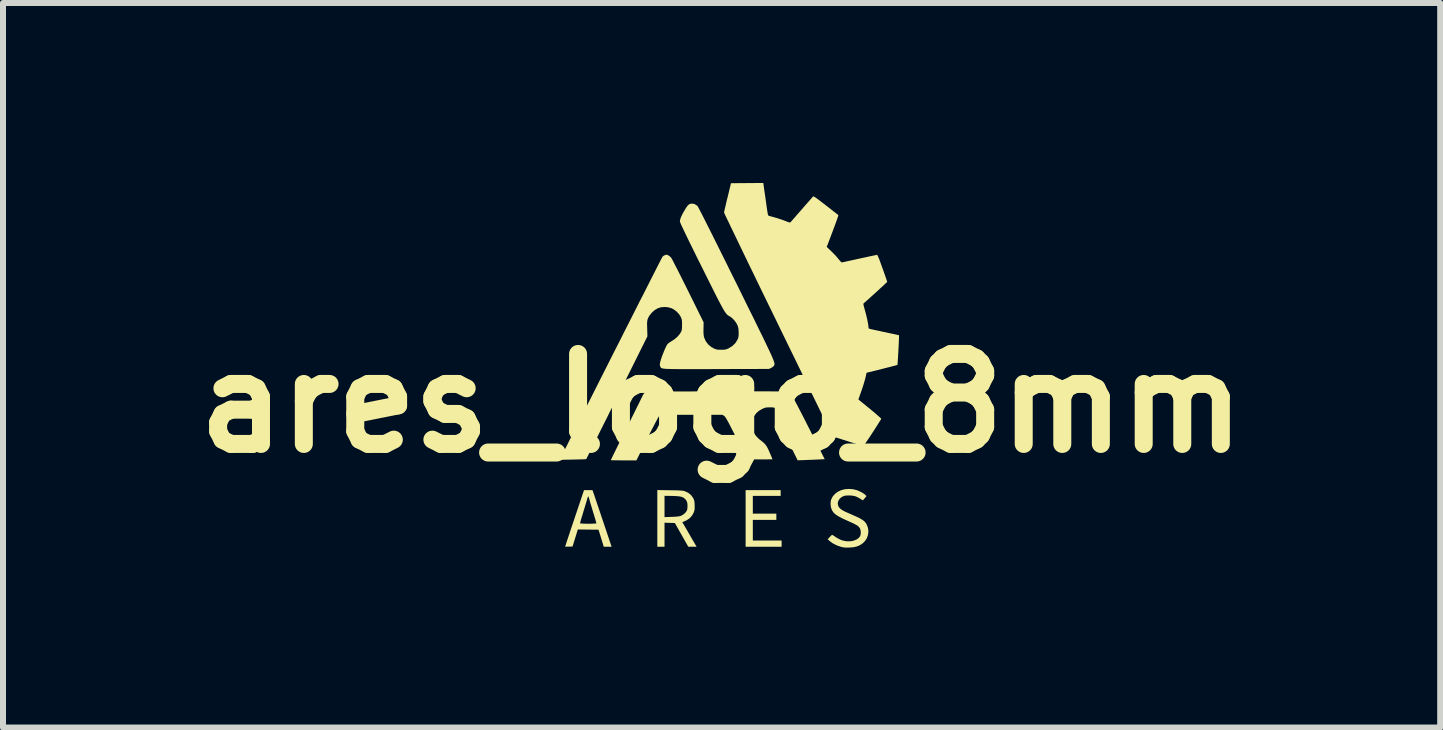
<source format=kicad_pcb>
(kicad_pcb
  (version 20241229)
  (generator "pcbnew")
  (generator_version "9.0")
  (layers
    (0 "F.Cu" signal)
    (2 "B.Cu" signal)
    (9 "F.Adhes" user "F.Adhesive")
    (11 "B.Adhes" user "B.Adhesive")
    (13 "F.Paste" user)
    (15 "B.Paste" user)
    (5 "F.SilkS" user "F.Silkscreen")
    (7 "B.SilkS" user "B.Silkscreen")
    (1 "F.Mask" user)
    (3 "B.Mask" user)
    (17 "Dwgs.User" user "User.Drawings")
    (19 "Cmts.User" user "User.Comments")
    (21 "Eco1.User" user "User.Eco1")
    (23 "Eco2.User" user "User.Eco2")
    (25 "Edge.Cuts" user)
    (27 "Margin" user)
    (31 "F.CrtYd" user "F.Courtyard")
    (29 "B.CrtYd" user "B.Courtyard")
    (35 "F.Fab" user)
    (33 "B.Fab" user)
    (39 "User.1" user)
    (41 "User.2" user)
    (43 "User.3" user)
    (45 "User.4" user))
  (footprint "ares_logo_8mm"
    (layer "F.Cu")
    (at 8.979 3.672)
    (property "Reference" "ares_logo_8mm" (at 0 0 0) (layer "F.SilkS") (effects (font (size 1.5 1.5) (thickness 0.3))))
    (attr board_only exclude_from_pos_files exclude_from_bom)
    (fp_poly (pts (xy 0.984 1.496) (xy 0.984 1.544) (xy 0.752 1.544) (xy 0.52 1.544) (xy 0.52 1.692) (xy 0.52 1.84) (xy 0.716 1.84) (xy 0.912 1.84) (xy 0.912 1.892) (xy 0.912 1.944) (xy 0.716 1.944) (xy 0.52 1.944) (xy 0.52 2.116) (xy 0.52 2.288) (xy 0.76 2.288) (xy 1 2.288) (xy 1 2.34) (xy 1 2.392) (xy 0.7 2.392) (xy 0.4 2.392) (xy 0.4 1.92) (xy 0.4 1.448) (xy 0.692 1.448) (xy 0.984 1.448)) (stroke (width 0) (type solid)) (fill yes) (layer "F.SilkS"))
    (fp_poly (pts (xy -0.862 1.45) (xy -0.796 1.451) (xy -0.743 1.452) (xy -0.703 1.454) (xy -0.672 1.456) (xy -0.648 1.458) (xy -0.63 1.462) (xy -0.614 1.466) (xy -0.612 1.467) (xy -0.555 1.494) (xy -0.509 1.532) (xy -0.476 1.577) (xy -0.465 1.6) (xy -0.457 1.622) (xy -0.453 1.647) (xy -0.45 1.682) (xy -0.45 1.696) (xy -0.449 1.736) (xy -0.45 1.765) (xy -0.455 1.79) (xy -0.463 1.817) (xy -0.464 1.82) (xy -0.493 1.872) (xy -0.533 1.917) (xy -0.585 1.951) (xy -0.606 1.961) (xy -0.656 1.981) (xy -0.592 2.09) (xy -0.564 2.139) (xy -0.533 2.192) (xy -0.503 2.245) (xy -0.476 2.29) (xy -0.473 2.296) (xy -0.417 2.392) (xy -0.486 2.392) (xy -0.556 2.391) (xy -0.668 2.194) (xy -0.78 1.996) (xy -0.866 1.994) (xy -0.952 1.991) (xy -0.952 2.192) (xy -0.952 2.392) (xy -1.012 2.392) (xy -1.072 2.392) (xy -1.072 1.92) (xy -1.072 1.543) (xy -0.952 1.543) (xy -0.952 1.72) (xy -0.952 1.898) (xy -0.834 1.894) (xy -0.773 1.891) (xy -0.726 1.887) (xy -0.693 1.881) (xy -0.679 1.877) (xy -0.642 1.857) (xy -0.609 1.829) (xy -0.584 1.797) (xy -0.575 1.778) (xy -0.571 1.755) (xy -0.569 1.724) (xy -0.569 1.696) (xy -0.572 1.663) (xy -0.579 1.64) (xy -0.59 1.619) (xy -0.595 1.612) (xy -0.614 1.591) (xy -0.635 1.574) (xy -0.66 1.563) (xy -0.693 1.554) (xy -0.735 1.549) (xy -0.79 1.546) (xy -0.822 1.545) (xy -0.952 1.543) (xy -1.072 1.543) (xy -1.072 1.447)) (stroke (width 0) (type solid)) (fill yes) (layer "F.SilkS"))
    (fp_poly (pts (xy -2.141 1.482) (xy -2.136 1.496) (xy -2.126 1.523) (xy -2.113 1.563) (xy -2.096 1.613) (xy -2.076 1.673) (xy -2.053 1.74) (xy -2.028 1.814) (xy -2.002 1.893) (xy -1.981 1.954) (xy -1.834 2.392) (xy -1.899 2.392) (xy -1.965 2.392) (xy -2.008 2.25) (xy -2.052 2.108) (xy -2.224 2.106) (xy -2.397 2.104) (xy -2.441 2.246) (xy -2.485 2.388) (xy -2.547 2.39) (xy -2.576 2.391) (xy -2.597 2.39) (xy -2.608 2.388) (xy -2.608 2.388) (xy -2.606 2.38) (xy -2.598 2.358) (xy -2.587 2.323) (xy -2.572 2.277) (xy -2.553 2.221) (xy -2.532 2.157) (xy -2.508 2.085) (xy -2.482 2.008) (xy -2.479 1.999) (xy -2.36 1.999) (xy -2.354 2.003) (xy -2.334 2.005) (xy -2.3 2.007) (xy -2.252 2.008) (xy -2.224 2.008) (xy -2.168 2.008) (xy -2.127 2.006) (xy -2.101 2.004) (xy -2.089 2.001) (xy -2.088 1.999) (xy -2.09 1.989) (xy -2.097 1.966) (xy -2.106 1.933) (xy -2.119 1.891) (xy -2.134 1.842) (xy -2.144 1.809) (xy -2.16 1.756) (xy -2.175 1.705) (xy -2.189 1.66) (xy -2.199 1.623) (xy -2.206 1.598) (xy -2.209 1.59) (xy -2.215 1.568) (xy -2.221 1.554) (xy -2.224 1.552) (xy -2.229 1.559) (xy -2.236 1.578) (xy -2.243 1.602) (xy -2.249 1.625) (xy -2.26 1.66) (xy -2.273 1.704) (xy -2.288 1.754) (xy -2.304 1.806) (xy -2.308 1.821) (xy -2.323 1.871) (xy -2.337 1.915) (xy -2.348 1.953) (xy -2.355 1.981) (xy -2.36 1.997) (xy -2.36 1.999) (xy -2.479 1.999) (xy -2.454 1.925) (xy -2.451 1.916) (xy -2.294 1.448) (xy -2.224 1.448) (xy -2.153 1.448)) (stroke (width 0) (type solid)) (fill yes) (layer "F.SilkS"))
    (fp_poly (pts (xy 2.19 1.433) (xy 2.258 1.45) (xy 2.311 1.473) (xy 2.343 1.49) (xy 2.371 1.508) (xy 2.391 1.523) (xy 2.393 1.526) (xy 2.415 1.548) (xy 2.385 1.583) (xy 2.355 1.619) (xy 2.306 1.589) (xy 2.275 1.571) (xy 2.243 1.556) (xy 2.22 1.548) (xy 2.185 1.541) (xy 2.143 1.537) (xy 2.1 1.537) (xy 2.062 1.54) (xy 2.039 1.545) (xy 1.997 1.566) (xy 1.966 1.594) (xy 1.945 1.628) (xy 1.936 1.665) (xy 1.941 1.703) (xy 1.951 1.725) (xy 1.966 1.745) (xy 1.986 1.764) (xy 2.014 1.783) (xy 2.051 1.803) (xy 2.101 1.826) (xy 2.125 1.836) (xy 2.194 1.867) (xy 2.251 1.892) (xy 2.296 1.914) (xy 2.331 1.934) (xy 2.359 1.952) (xy 2.38 1.97) (xy 2.397 1.988) (xy 2.411 2.009) (xy 2.419 2.023) (xy 2.44 2.078) (xy 2.447 2.136) (xy 2.44 2.194) (xy 2.421 2.249) (xy 2.389 2.298) (xy 2.346 2.339) (xy 2.331 2.35) (xy 2.288 2.374) (xy 2.244 2.39) (xy 2.195 2.4) (xy 2.135 2.405) (xy 2.128 2.405) (xy 2.08 2.406) (xy 2.043 2.404) (xy 2.008 2.398) (xy 1.986 2.392) (xy 1.915 2.367) (xy 1.85 2.333) (xy 1.802 2.298) (xy 1.768 2.268) (xy 1.804 2.228) (xy 1.825 2.206) (xy 1.839 2.195) (xy 1.849 2.195) (xy 1.85 2.196) (xy 1.906 2.234) (xy 1.955 2.262) (xy 1.999 2.282) (xy 2.043 2.294) (xy 2.09 2.301) (xy 2.091 2.301) (xy 2.145 2.301) (xy 2.196 2.292) (xy 2.243 2.274) (xy 2.28 2.25) (xy 2.306 2.22) (xy 2.308 2.216) (xy 2.318 2.183) (xy 2.32 2.144) (xy 2.314 2.107) (xy 2.302 2.079) (xy 2.291 2.065) (xy 2.279 2.053) (xy 2.264 2.04) (xy 2.242 2.027) (xy 2.214 2.012) (xy 2.175 1.993) (xy 2.125 1.971) (xy 2.084 1.952) (xy 2.018 1.922) (xy 1.965 1.895) (xy 1.924 1.87) (xy 1.891 1.847) (xy 1.867 1.823) (xy 1.848 1.797) (xy 1.835 1.772) (xy 1.821 1.729) (xy 1.816 1.68) (xy 1.819 1.632) (xy 1.825 1.607) (xy 1.851 1.555) (xy 1.889 1.511) (xy 1.937 1.475) (xy 1.993 1.449) (xy 2.055 1.433) (xy 2.121 1.428)) (stroke (width 0) (type solid)) (fill yes) (layer "F.SilkS"))
    (fp_poly (pts (xy 0.622 -0.199) (xy 0.7 -0.199) (xy 0.769 -0.199) (xy 0.828 -0.198) (xy 0.878 -0.198) (xy 0.92 -0.197) (xy 0.955 -0.197) (xy 0.984 -0.196) (xy 1.008 -0.195) (xy 1.026 -0.194) (xy 1.041 -0.192) (xy 1.053 -0.191) (xy 1.063 -0.189) (xy 1.071 -0.187) (xy 1.078 -0.185) (xy 1.08 -0.184) (xy 1.111 -0.173) (xy 1.14 -0.158) (xy 1.158 -0.146) (xy 1.165 -0.138) (xy 1.176 -0.12) (xy 1.192 -0.094) (xy 1.212 -0.059) (xy 1.236 -0.013) (xy 1.266 0.044) (xy 1.302 0.113) (xy 1.344 0.194) (xy 1.392 0.288) (xy 1.446 0.395) (xy 1.451 0.404) (xy 1.718 0.932) (xy 1.617 0.937) (xy 1.57 0.939) (xy 1.514 0.942) (xy 1.454 0.944) (xy 1.399 0.946) (xy 1.391 0.947) (xy 1.267 0.951) (xy 1.178 0.77) (xy 1.146 0.705) (xy 1.121 0.652) (xy 1.102 0.61) (xy 1.089 0.575) (xy 1.081 0.547) (xy 1.077 0.523) (xy 1.077 0.501) (xy 1.08 0.479) (xy 1.085 0.458) (xy 1.094 0.394) (xy 1.092 0.33) (xy 1.079 0.269) (xy 1.069 0.244) (xy 1.041 0.197) (xy 1.001 0.151) (xy 0.956 0.112) (xy 0.922 0.091) (xy 0.897 0.08) (xy 0.875 0.073) (xy 0.851 0.069) (xy 0.818 0.068) (xy 0.804 0.068) (xy 0.767 0.069) (xy 0.74 0.071) (xy 0.716 0.077) (xy 0.691 0.088) (xy 0.68 0.093) (xy 0.623 0.125) (xy 0.58 0.163) (xy 0.546 0.208) (xy 0.535 0.228) (xy 0.512 0.292) (xy 0.504 0.357) (xy 0.511 0.421) (xy 0.533 0.483) (xy 0.569 0.54) (xy 0.618 0.592) (xy 0.642 0.611) (xy 0.679 0.64) (xy 0.708 0.665) (xy 0.731 0.69) (xy 0.751 0.718) (xy 0.77 0.753) (xy 0.791 0.798) (xy 0.8 0.82) (xy 0.817 0.858) (xy 0.831 0.892) (xy 0.841 0.917) (xy 0.847 0.931) (xy 0.848 0.933) (xy 0.84 0.934) (xy 0.819 0.935) (xy 0.785 0.935) (xy 0.742 0.936) (xy 0.692 0.936) (xy 0.64 0.936) (xy 0.432 0.936) (xy 0.395 0.866) (xy 0.383 0.843) (xy 0.365 0.808) (xy 0.342 0.762) (xy 0.314 0.709) (xy 0.283 0.65) (xy 0.251 0.586) (xy 0.217 0.521) (xy 0.213 0.512) (xy 0.175 0.439) (xy 0.144 0.378) (xy 0.119 0.33) (xy 0.098 0.292) (xy 0.081 0.262) (xy 0.068 0.241) (xy 0.057 0.226) (xy 0.048 0.216) (xy 0.041 0.21) (xy 0.014 0.192) (xy -0.504 0.192) (xy -1.022 0.192) (xy -1.045 0.219) (xy -1.053 0.231) (xy -1.068 0.256) (xy -1.087 0.293) (xy -1.112 0.339) (xy -1.14 0.394) (xy -1.172 0.455) (xy -1.206 0.522) (xy -1.241 0.593) (xy -1.244 0.599) (xy -1.42 0.952) (xy -1.634 0.952) (xy -1.691 0.952) (xy -1.742 0.951) (xy -1.785 0.951) (xy -1.818 0.95) (xy -1.84 0.949) (xy -1.848 0.948) (xy -1.848 0.948) (xy -1.845 0.94) (xy -1.834 0.92) (xy -1.818 0.887) (xy -1.797 0.843) (xy -1.77 0.789) (xy -1.74 0.727) (xy -1.705 0.657) (xy -1.667 0.581) (xy -1.627 0.499) (xy -1.586 0.418) (xy -1.543 0.331) (xy -1.502 0.249) (xy -1.463 0.171) (xy -1.428 0.099) (xy -1.396 0.035) (xy -1.368 -0.021) (xy -1.346 -0.067) (xy -1.328 -0.103) (xy -1.317 -0.126) (xy -1.312 -0.136) (xy -1.297 -0.16) (xy -1.278 -0.179) (xy -1.277 -0.18) (xy -1.274 -0.182) (xy -1.27 -0.184) (xy -1.265 -0.186) (xy -1.258 -0.187) (xy -1.248 -0.189) (xy -1.234 -0.19) (xy -1.216 -0.191) (xy -1.193 -0.192) (xy -1.163 -0.193) (xy -1.127 -0.194) (xy -1.083 -0.195) (xy -1.031 -0.195) (xy -0.969 -0.196) (xy -0.898 -0.196) (xy -0.815 -0.196) (xy -0.722 -0.197) (xy -0.615 -0.197) (xy -0.496 -0.197) (xy -0.363 -0.198) (xy -0.215 -0.198) (xy -0.113 -0.198) (xy 0.044 -0.198) (xy 0.187 -0.199) (xy 0.315 -0.199) (xy 0.43 -0.199) (xy 0.532 -0.199)) (stroke (width 0) (type solid)) (fill yes) (layer "F.SilkS"))
    (fp_poly (pts (xy 0.702 -3.618) (xy 0.705 -3.596) (xy 0.71 -3.56) (xy 0.717 -3.514) (xy 0.725 -3.46) (xy 0.733 -3.402) (xy 0.741 -3.346) (xy 0.75 -3.281) (xy 0.757 -3.231) (xy 0.763 -3.193) (xy 0.768 -3.165) (xy 0.772 -3.147) (xy 0.776 -3.135) (xy 0.781 -3.128) (xy 0.786 -3.125) (xy 0.792 -3.123) (xy 0.792 -3.123) (xy 0.824 -3.115) (xy 0.866 -3.103) (xy 0.915 -3.089) (xy 0.965 -3.073) (xy 1.013 -3.057) (xy 1.053 -3.042) (xy 1.071 -3.035) (xy 1.104 -3.022) (xy 1.126 -3.015) (xy 1.139 -3.013) (xy 1.147 -3.017) (xy 1.148 -3.018) (xy 1.156 -3.026) (xy 1.172 -3.045) (xy 1.197 -3.073) (xy 1.228 -3.108) (xy 1.264 -3.15) (xy 1.305 -3.196) (xy 1.336 -3.232) (xy 1.379 -3.281) (xy 1.418 -3.326) (xy 1.454 -3.366) (xy 1.483 -3.4) (xy 1.506 -3.426) (xy 1.52 -3.442) (xy 1.524 -3.447) (xy 1.529 -3.448) (xy 1.538 -3.446) (xy 1.552 -3.438) (xy 1.573 -3.424) (xy 1.602 -3.403) (xy 1.639 -3.375) (xy 1.687 -3.338) (xy 1.737 -3.3) (xy 1.787 -3.261) (xy 1.832 -3.226) (xy 1.872 -3.194) (xy 1.905 -3.169) (xy 1.929 -3.15) (xy 1.943 -3.139) (xy 1.946 -3.137) (xy 1.944 -3.128) (xy 1.938 -3.107) (xy 1.927 -3.074) (xy 1.912 -3.031) (xy 1.893 -2.98) (xy 1.872 -2.923) (xy 1.852 -2.869) (xy 1.752 -2.606) (xy 1.827 -2.535) (xy 1.861 -2.501) (xy 1.897 -2.464) (xy 1.928 -2.429) (xy 1.948 -2.404) (xy 1.975 -2.372) (xy 1.993 -2.353) (xy 2.006 -2.347) (xy 2.007 -2.348) (xy 2.017 -2.35) (xy 2.041 -2.355) (xy 2.076 -2.363) (xy 2.121 -2.373) (xy 2.172 -2.384) (xy 2.228 -2.396) (xy 2.286 -2.409) (xy 2.345 -2.422) (xy 2.403 -2.434) (xy 2.456 -2.446) (xy 2.504 -2.456) (xy 2.543 -2.464) (xy 2.572 -2.47) (xy 2.588 -2.474) (xy 2.591 -2.474) (xy 2.597 -2.468) (xy 2.607 -2.447) (xy 2.622 -2.413) (xy 2.641 -2.363) (xy 2.664 -2.299) (xy 2.681 -2.253) (xy 2.701 -2.197) (xy 2.719 -2.145) (xy 2.735 -2.1) (xy 2.747 -2.064) (xy 2.756 -2.038) (xy 2.76 -2.025) (xy 2.76 -2.024) (xy 2.754 -2.018) (xy 2.738 -2.002) (xy 2.714 -1.979) (xy 2.683 -1.95) (xy 2.646 -1.916) (xy 2.607 -1.88) (xy 2.565 -1.842) (xy 2.523 -1.804) (xy 2.483 -1.768) (xy 2.447 -1.735) (xy 2.415 -1.707) (xy 2.39 -1.685) (xy 2.373 -1.67) (xy 2.369 -1.667) (xy 2.365 -1.662) (xy 2.363 -1.652) (xy 2.366 -1.636) (xy 2.372 -1.611) (xy 2.382 -1.574) (xy 2.386 -1.559) (xy 2.399 -1.513) (xy 2.412 -1.462) (xy 2.424 -1.411) (xy 2.434 -1.362) (xy 2.442 -1.319) (xy 2.447 -1.286) (xy 2.448 -1.268) (xy 2.451 -1.252) (xy 2.455 -1.245) (xy 2.464 -1.242) (xy 2.487 -1.236) (xy 2.522 -1.228) (xy 2.567 -1.218) (xy 2.62 -1.207) (xy 2.678 -1.194) (xy 2.709 -1.188) (xy 2.769 -1.175) (xy 2.824 -1.163) (xy 2.872 -1.153) (xy 2.911 -1.144) (xy 2.939 -1.138) (xy 2.954 -1.134) (xy 2.957 -1.134) (xy 2.957 -1.125) (xy 2.957 -1.103) (xy 2.956 -1.069) (xy 2.954 -1.027) (xy 2.952 -0.978) (xy 2.949 -0.925) (xy 2.946 -0.87) (xy 2.943 -0.817) (xy 2.94 -0.766) (xy 2.937 -0.721) (xy 2.935 -0.683) (xy 2.932 -0.656) (xy 2.931 -0.641) (xy 2.93 -0.64) (xy 2.921 -0.636) (xy 2.899 -0.63) (xy 2.864 -0.621) (xy 2.82 -0.609) (xy 2.767 -0.596) (xy 2.709 -0.581) (xy 2.67 -0.571) (xy 2.416 -0.508) (xy 2.404 -0.452) (xy 2.389 -0.393) (xy 2.369 -0.324) (xy 2.345 -0.249) (xy 2.319 -0.174) (xy 2.31 -0.15) (xy 2.298 -0.115) (xy 2.288 -0.087) (xy 2.282 -0.068) (xy 2.281 -0.061) (xy 2.34 -0.014) (xy 2.398 0.033) (xy 2.453 0.078) (xy 2.504 0.12) (xy 2.551 0.159) (xy 2.591 0.194) (xy 2.623 0.222) (xy 2.646 0.243) (xy 2.659 0.257) (xy 2.661 0.261) (xy 2.656 0.27) (xy 2.643 0.29) (xy 2.623 0.321) (xy 2.598 0.361) (xy 2.569 0.407) (xy 2.536 0.458) (xy 2.514 0.491) (xy 2.476 0.551) (xy 2.441 0.602) (xy 2.412 0.645) (xy 2.388 0.679) (xy 2.371 0.701) (xy 2.361 0.711) (xy 2.36 0.711) (xy 2.35 0.709) (xy 2.326 0.702) (xy 2.291 0.692) (xy 2.246 0.678) (xy 2.194 0.662) (xy 2.136 0.644) (xy 2.1 0.632) (xy 1.852 0.554) (xy 0.946 -1.305) (xy 0.867 -1.468) (xy 0.789 -1.627) (xy 0.714 -1.781) (xy 0.641 -1.931) (xy 0.571 -2.076) (xy 0.504 -2.214) (xy 0.44 -2.345) (xy 0.38 -2.47) (xy 0.324 -2.586) (xy 0.272 -2.694) (xy 0.225 -2.792) (xy 0.182 -2.881) (xy 0.144 -2.96) (xy 0.112 -3.027) (xy 0.085 -3.083) (xy 0.064 -3.127) (xy 0.05 -3.158) (xy 0.042 -3.176) (xy 0.04 -3.18) (xy 0.042 -3.192) (xy 0.048 -3.217) (xy 0.056 -3.253) (xy 0.067 -3.299) (xy 0.079 -3.352) (xy 0.093 -3.41) (xy 0.099 -3.432) (xy 0.156 -3.668) (xy 0.425 -3.67) (xy 0.694 -3.672)) (stroke (width 0) (type solid)) (fill yes) (layer "F.SilkS"))
    (fp_poly (pts (xy -0.452 -3.321) (xy -0.415 -3.298) (xy -0.399 -3.283) (xy -0.393 -3.273) (xy -0.381 -3.25) (xy -0.362 -3.214) (xy -0.337 -3.166) (xy -0.307 -3.107) (xy -0.271 -3.036) (xy -0.231 -2.956) (xy -0.186 -2.867) (xy -0.137 -2.769) (xy -0.085 -2.664) (xy -0.029 -2.552) (xy 0.03 -2.433) (xy 0.092 -2.309) (xy 0.155 -2.18) (xy 0.221 -2.048) (xy 0.249 -1.992) (xy 0.328 -1.831) (xy 0.401 -1.683) (xy 0.467 -1.549) (xy 0.528 -1.427) (xy 0.582 -1.316) (xy 0.63 -1.217) (xy 0.674 -1.129) (xy 0.712 -1.05) (xy 0.745 -0.981) (xy 0.774 -0.92) (xy 0.799 -0.867) (xy 0.82 -0.822) (xy 0.837 -0.784) (xy 0.851 -0.751) (xy 0.862 -0.724) (xy 0.87 -0.702) (xy 0.876 -0.684) (xy 0.88 -0.67) (xy 0.881 -0.659) (xy 0.881 -0.649) (xy 0.88 -0.642) (xy 0.878 -0.636) (xy 0.875 -0.63) (xy 0.872 -0.624) (xy 0.859 -0.611) (xy 0.838 -0.596) (xy 0.825 -0.589) (xy 0.788 -0.572) (xy -0.086 -0.57) (xy -0.227 -0.569) (xy -0.352 -0.569) (xy -0.464 -0.569) (xy -0.562 -0.569) (xy -0.647 -0.569) (xy -0.721 -0.569) (xy -0.784 -0.57) (xy -0.837 -0.57) (xy -0.882 -0.572) (xy -0.918 -0.573) (xy -0.947 -0.575) (xy -0.969 -0.578) (xy -0.986 -0.581) (xy -0.999 -0.585) (xy -1.008 -0.589) (xy -1.013 -0.594) (xy -1.017 -0.6) (xy -1.02 -0.606) (xy -1.023 -0.614) (xy -1.025 -0.618) (xy -1.03 -0.633) (xy -1.03 -0.649) (xy -1.027 -0.671) (xy -1.02 -0.703) (xy -1.018 -0.707) (xy -1.008 -0.741) (xy -0.994 -0.783) (xy -0.976 -0.828) (xy -0.958 -0.874) (xy -0.939 -0.917) (xy -0.922 -0.953) (xy -0.908 -0.978) (xy -0.905 -0.983) (xy -0.89 -0.997) (xy -0.866 -1.015) (xy -0.838 -1.033) (xy -0.832 -1.036) (xy -0.78 -1.071) (xy -0.732 -1.113) (xy -0.694 -1.16) (xy -0.679 -1.185) (xy -0.67 -1.203) (xy -0.665 -1.221) (xy -0.662 -1.243) (xy -0.66 -1.274) (xy -0.66 -1.308) (xy -0.66 -1.348) (xy -0.662 -1.377) (xy -0.666 -1.399) (xy -0.672 -1.418) (xy -0.682 -1.44) (xy -0.682 -1.442) (xy -0.712 -1.488) (xy -0.753 -1.531) (xy -0.8 -1.566) (xy -0.838 -1.585) (xy -0.893 -1.6) (xy -0.952 -1.605) (xy -1.01 -1.6) (xy -1.062 -1.584) (xy -1.066 -1.582) (xy -1.119 -1.551) (xy -1.166 -1.508) (xy -1.204 -1.46) (xy -1.221 -1.43) (xy -1.229 -1.412) (xy -1.235 -1.395) (xy -1.239 -1.377) (xy -1.241 -1.356) (xy -1.243 -1.328) (xy -1.242 -1.292) (xy -1.241 -1.246) (xy -1.239 -1.185) (xy -1.239 -1.184) (xy -1.237 -1.116) (xy -1.746 -0.093) (xy -1.805 0.027) (xy -1.863 0.142) (xy -1.918 0.254) (xy -1.971 0.359) (xy -2.021 0.458) (xy -2.066 0.55) (xy -2.108 0.634) (xy -2.146 0.71) (xy -2.179 0.775) (xy -2.206 0.831) (xy -2.228 0.875) (xy -2.245 0.907) (xy -2.254 0.926) (xy -2.257 0.932) (xy -2.266 0.932) (xy -2.288 0.933) (xy -2.322 0.935) (xy -2.366 0.936) (xy -2.418 0.937) (xy -2.475 0.939) (xy -2.479 0.939) (xy -2.544 0.94) (xy -2.595 0.941) (xy -2.633 0.941) (xy -2.661 0.941) (xy -2.679 0.94) (xy -2.689 0.938) (xy -2.693 0.935) (xy -2.693 0.932) (xy -2.688 0.922) (xy -2.677 0.899) (xy -2.659 0.862) (xy -2.635 0.814) (xy -2.605 0.755) (xy -2.57 0.686) (xy -2.531 0.607) (xy -2.486 0.519) (xy -2.438 0.423) (xy -2.386 0.32) (xy -2.331 0.21) (xy -2.272 0.094) (xy -2.211 -0.026) (xy -2.148 -0.151) (xy -2.083 -0.28) (xy -2.017 -0.411) (xy -1.95 -0.544) (xy -1.882 -0.678) (xy -1.814 -0.813) (xy -1.746 -0.947) (xy -1.678 -1.08) (xy -1.612 -1.212) (xy -1.547 -1.34) (xy -1.483 -1.466) (xy -1.422 -1.587) (xy -1.363 -1.704) (xy -1.306 -1.814) (xy -1.253 -1.919) (xy -1.204 -2.016) (xy -1.159 -2.105) (xy -1.118 -2.185) (xy -1.082 -2.256) (xy -1.051 -2.317) (xy -1.025 -2.367) (xy -1.006 -2.405) (xy -0.992 -2.43) (xy -0.986 -2.442) (xy -0.985 -2.443) (xy -0.969 -2.457) (xy -0.946 -2.469) (xy -0.945 -2.469) (xy -0.926 -2.476) (xy -0.91 -2.475) (xy -0.89 -2.466) (xy -0.866 -2.45) (xy -0.843 -2.428) (xy -0.84 -2.424) (xy -0.833 -2.412) (xy -0.819 -2.388) (xy -0.8 -2.351) (xy -0.776 -2.303) (xy -0.746 -2.246) (xy -0.713 -2.181) (xy -0.677 -2.109) (xy -0.638 -2.03) (xy -0.596 -1.947) (xy -0.559 -1.873) (xy -0.3 -1.349) (xy -0.302 -1.246) (xy -0.303 -1.193) (xy -0.301 -1.153) (xy -0.297 -1.121) (xy -0.292 -1.097) (xy -0.266 -1.037) (xy -0.226 -0.983) (xy -0.175 -0.939) (xy -0.128 -0.913) (xy -0.104 -0.903) (xy -0.081 -0.896) (xy -0.055 -0.893) (xy -0.019 -0.892) (xy -0.008 -0.892) (xy 0.03 -0.892) (xy 0.057 -0.895) (xy 0.079 -0.9) (xy 0.102 -0.909) (xy 0.121 -0.918) (xy 0.18 -0.955) (xy 0.229 -1.003) (xy 0.262 -1.056) (xy 0.273 -1.079) (xy 0.279 -1.101) (xy 0.283 -1.125) (xy 0.284 -1.158) (xy 0.284 -1.176) (xy 0.282 -1.219) (xy 0.279 -1.252) (xy 0.271 -1.281) (xy 0.265 -1.298) (xy 0.246 -1.335) (xy 0.219 -1.373) (xy 0.187 -1.408) (xy 0.155 -1.436) (xy 0.137 -1.448) (xy 0.124 -1.454) (xy 0.113 -1.461) (xy 0.102 -1.468) (xy 0.091 -1.478) (xy 0.08 -1.491) (xy 0.067 -1.507) (xy 0.053 -1.527) (xy 0.037 -1.553) (xy 0.018 -1.585) (xy -0.003 -1.624) (xy -0.028 -1.67) (xy -0.057 -1.725) (xy -0.09 -1.79) (xy -0.127 -1.864) (xy -0.17 -1.95) (xy -0.219 -2.048) (xy -0.274 -2.158) (xy -0.332 -2.275) (xy -0.397 -2.404) (xy -0.454 -2.52) (xy -0.504 -2.622) (xy -0.548 -2.711) (xy -0.586 -2.789) (xy -0.617 -2.854) (xy -0.643 -2.909) (xy -0.664 -2.953) (xy -0.679 -2.987) (xy -0.689 -3.011) (xy -0.695 -3.027) (xy -0.696 -3.033) (xy -0.69 -3.067) (xy -0.674 -3.111) (xy -0.647 -3.166) (xy -0.611 -3.228) (xy -0.585 -3.269) (xy -0.563 -3.298) (xy -0.542 -3.316) (xy -0.521 -3.325) (xy -0.495 -3.328) (xy -0.492 -3.328)) (stroke (width 0) (type solid)) (fill yes) (layer "F.SilkS")))
  (gr_rect
    (start -3 -3)
    (end 20.957 9.078)
    (stroke (width 0.1) (type default))
    (fill no)
    (layer "Edge.Cuts")))
</source>
